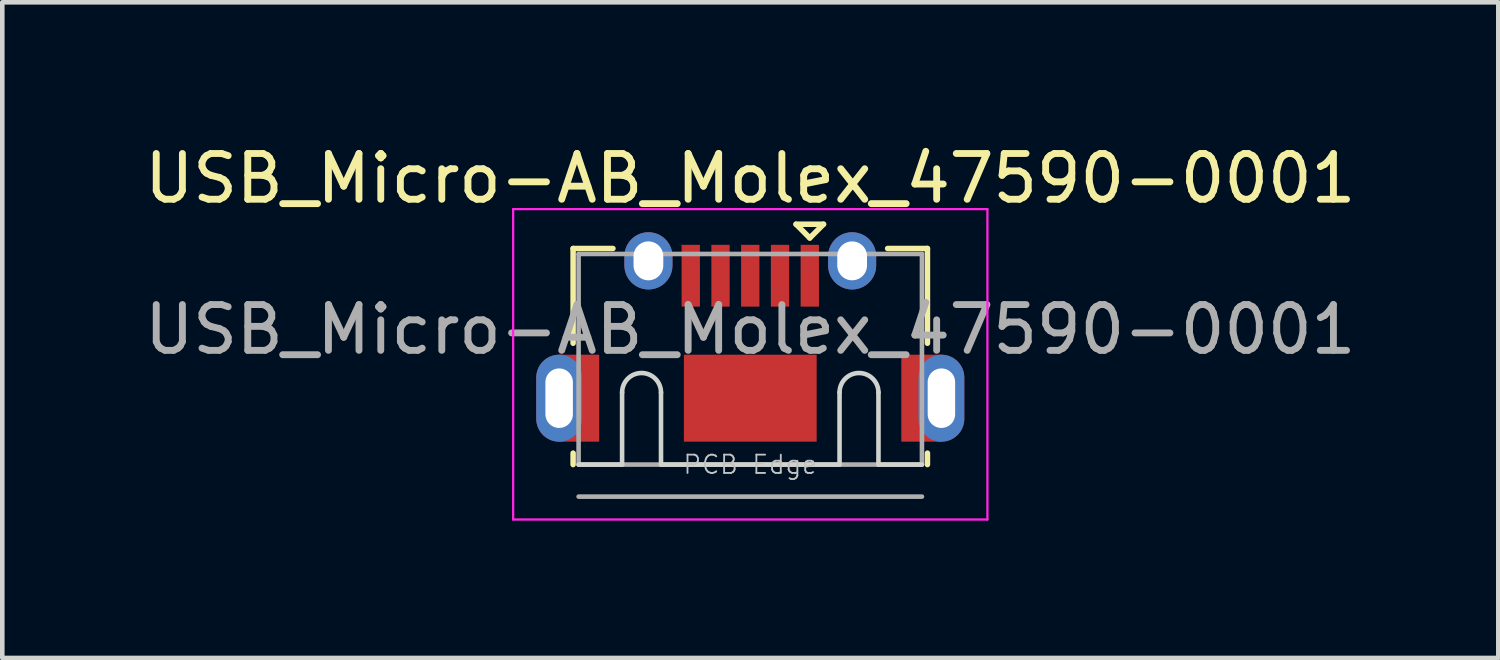
<source format=kicad_pcb>
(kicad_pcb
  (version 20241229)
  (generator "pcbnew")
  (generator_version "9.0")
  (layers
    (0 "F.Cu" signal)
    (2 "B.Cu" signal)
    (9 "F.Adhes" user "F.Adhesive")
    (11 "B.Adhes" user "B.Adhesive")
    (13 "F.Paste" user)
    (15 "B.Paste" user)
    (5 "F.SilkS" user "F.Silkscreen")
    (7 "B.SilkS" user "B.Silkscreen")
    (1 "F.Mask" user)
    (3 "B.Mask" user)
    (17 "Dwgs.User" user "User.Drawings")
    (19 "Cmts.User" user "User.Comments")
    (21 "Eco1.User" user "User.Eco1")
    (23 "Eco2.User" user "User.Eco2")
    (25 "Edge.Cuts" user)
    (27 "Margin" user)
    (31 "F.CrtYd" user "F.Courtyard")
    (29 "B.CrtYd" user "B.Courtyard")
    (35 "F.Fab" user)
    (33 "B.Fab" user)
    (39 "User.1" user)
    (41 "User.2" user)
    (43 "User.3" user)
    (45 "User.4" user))
  (footprint "USB_Micro-AB_Molex_47590-0001"
    (layer "F.Cu")
    (at 13.339 5.648)
    (property "Reference" "USB_Micro-AB_Molex_47590-0001" (at 0 -4.8 180) (layer "F.SilkS") (effects (font (size 1 1) (thickness 0.15))))
    (attr smd)
    (fp_line (start -3.87 -3.27) (end -3.87 -1.2) (stroke (width 0.12) (type solid)) (layer "F.SilkS"))
    (fp_line (start -3.87 -3.27) (end -3 -3.27) (stroke (width 0.12) (type solid)) (layer "F.SilkS"))
    (fp_line (start -3.87 1.2) (end -3.87 1.45) (stroke (width 0.12) (type solid)) (layer "F.SilkS"))
    (fp_line (start 1 -3.8) (end 1.6 -3.8) (stroke (width 0.12) (type solid)) (layer "F.SilkS"))
    (fp_line (start 1.3 -3.5) (end 1 -3.8) (stroke (width 0.12) (type solid)) (layer "F.SilkS"))
    (fp_line (start 1.3 -3.5) (end 1.6 -3.8) (stroke (width 0.12) (type solid)) (layer "F.SilkS"))
    (fp_line (start 3 -3.27) (end 3.87 -3.27) (stroke (width 0.12) (type solid)) (layer "F.SilkS"))
    (fp_line (start 3.87 -3.27) (end 3.87 -1.2) (stroke (width 0.12) (type solid)) (layer "F.SilkS"))
    (fp_line (start 3.87 1.2) (end 3.87 1.45) (stroke (width 0.12) (type solid)) (layer "F.SilkS"))
    (fp_line (start -3.75 1.45) (end -2.8 1.45) (stroke (width 0.1) (type solid)) (layer "Edge.Cuts"))
    (fp_line (start -2.8 -0.125) (end -2.8 1.45) (stroke (width 0.1) (type solid)) (layer "Edge.Cuts"))
    (fp_line (start -1.95 -0.125) (end -1.95 1.45) (stroke (width 0.1) (type solid)) (layer "Edge.Cuts"))
    (fp_line (start -1.95 1.45) (end 1.95 1.45) (stroke (width 0.1) (type solid)) (layer "Edge.Cuts"))
    (fp_line (start 1.95 -0.125) (end 1.95 1.45) (stroke (width 0.1) (type solid)) (layer "Edge.Cuts"))
    (fp_line (start 2.8 -0.125) (end 2.8 1.45) (stroke (width 0.1) (type solid)) (layer "Edge.Cuts"))
    (fp_line (start 2.8 1.45) (end 3.75 1.45) (stroke (width 0.1) (type solid)) (layer "Edge.Cuts"))
    (fp_arc (start -2.8 -0.125) (mid -2.375 -0.55) (end -1.95 -0.125) (stroke (width 0.1) (type solid)) (layer "Edge.Cuts"))
    (fp_arc (start 1.95 -0.125) (mid 2.375 -0.55) (end 2.8 -0.125) (stroke (width 0.1) (type solid)) (layer "Edge.Cuts"))
    (fp_line (start -5.18 -4.13) (end -5.18 2.65) (stroke (width 0.05) (type solid)) (layer "F.CrtYd"))
    (fp_line (start -5.18 -4.13) (end 5.18 -4.13) (stroke (width 0.05) (type solid)) (layer "F.CrtYd"))
    (fp_line (start -5.18 2.65) (end 5.18 2.65) (stroke (width 0.05) (type solid)) (layer "F.CrtYd"))
    (fp_line (start 5.18 -4.13) (end 5.18 2.65) (stroke (width 0.05) (type solid)) (layer "F.CrtYd"))
    (fp_line (start -3.75 -3.15) (end -3.75 1.45) (stroke (width 0.1) (type solid)) (layer "F.Fab"))
    (fp_line (start -3.75 -3.15) (end 3.75 -3.15) (stroke (width 0.1) (type solid)) (layer "F.Fab"))
    (fp_line (start -3.75 1.45) (end 3.75 1.45) (stroke (width 0.1) (type solid)) (layer "F.Fab"))
    (fp_line (start -3.75 2.15) (end 3.75 2.15) (stroke (width 0.1) (type solid)) (layer "F.Fab"))
    (fp_line (start 3.75 -3.15) (end 3.75 1.45) (stroke (width 0.1) (type solid)) (layer "F.Fab"))
    (fp_text user "PCB Edge" (at 0 1.45 180) (layer "Dwgs.User") (effects (font (size 0.4 0.4) (thickness 0.04))))
    (fp_text user "${REFERENCE}" (at 0 -1.5 180) (layer "F.Fab") (effects (font (size 1 1) (thickness 0.15))))
    (pad "" smd rect (at -3.5 0) (size 0.3 0.85) (layers "F.Paste"))
    (pad "" smd rect (at 3.5 0) (size 0.3 0.85) (layers "F.Paste"))
    (pad "1" smd rect (at 1.3 -2.675) (size 0.4 1.35) (layers "F.Cu" "F.Mask" "F.Paste"))
    (pad "2" smd rect (at 0.65 -2.675) (size 0.4 1.35) (layers "F.Cu" "F.Mask" "F.Paste"))
    (pad "3" smd rect (at 0 -2.675) (size 0.4 1.35) (layers "F.Cu" "F.Mask" "F.Paste"))
    (pad "4" smd rect (at -0.65 -2.675) (size 0.4 1.35) (layers "F.Cu" "F.Mask" "F.Paste"))
    (pad "5" smd rect (at -1.3 -2.675) (size 0.4 1.35) (layers "F.Cu" "F.Mask" "F.Paste"))
    (pad "6" thru_hole oval (at -4.175 0) (size 1 1.9) (drill oval 0.6 1.3) (layers "*.Cu" "*.Mask"))
    (pad "6" smd rect (at -3.737 0) (size 0.875 1.9) (layers "F.Cu" "F.Mask"))
    (pad "6" thru_hole oval (at -2.225 -3) (size 1.05 1.25) (drill oval 0.65 0.85) (layers "*.Cu" "*.Mask"))
    (pad "6" smd rect (at 0 0) (size 2.9 1.9) (layers "F.Cu" "F.Mask" "F.Paste"))
    (pad "6" thru_hole oval (at 2.225 -3) (size 1.05 1.25) (drill oval 0.65 0.85) (layers "*.Cu" "*.Mask"))
    (pad "6" smd rect (at 3.737 0) (size 0.875 1.9) (layers "F.Cu" "F.Mask"))
    (pad "6" thru_hole oval (at 4.175 0) (size 1 1.9) (drill oval 0.6 1.3) (layers "*.Cu" "*.Mask")))
  (gr_rect
    (start -3 -3)
    (end 29.679 11.323)
    (stroke (width 0.1) (type default))
    (fill no)
    (layer "Edge.Cuts")))
</source>
